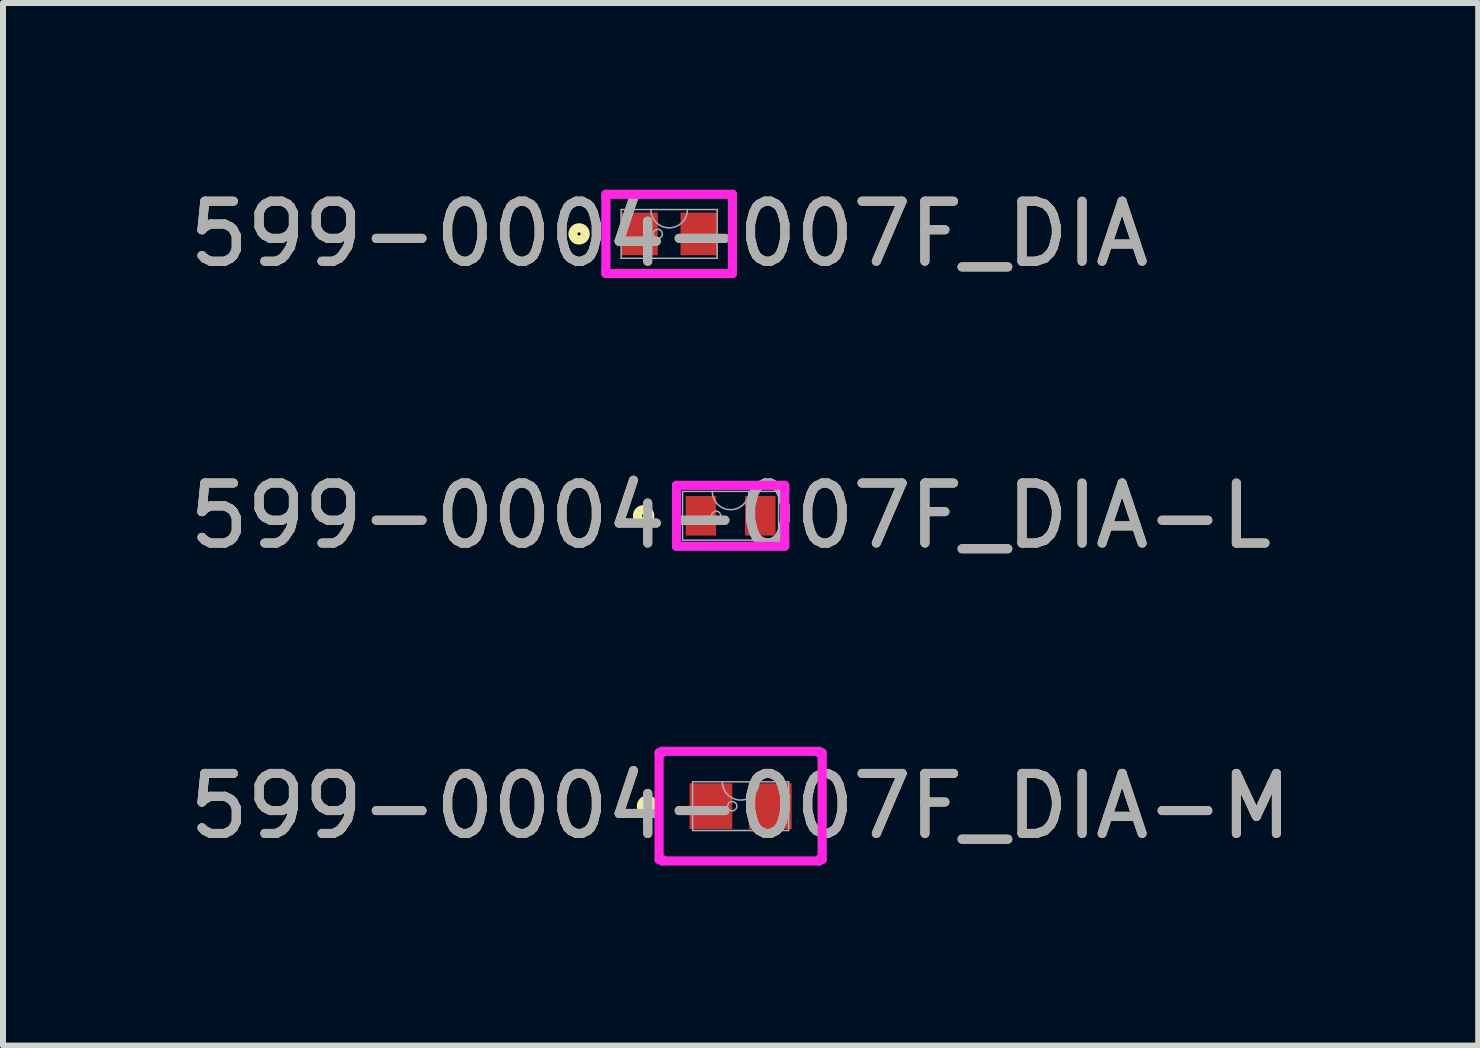
<source format=kicad_pcb>
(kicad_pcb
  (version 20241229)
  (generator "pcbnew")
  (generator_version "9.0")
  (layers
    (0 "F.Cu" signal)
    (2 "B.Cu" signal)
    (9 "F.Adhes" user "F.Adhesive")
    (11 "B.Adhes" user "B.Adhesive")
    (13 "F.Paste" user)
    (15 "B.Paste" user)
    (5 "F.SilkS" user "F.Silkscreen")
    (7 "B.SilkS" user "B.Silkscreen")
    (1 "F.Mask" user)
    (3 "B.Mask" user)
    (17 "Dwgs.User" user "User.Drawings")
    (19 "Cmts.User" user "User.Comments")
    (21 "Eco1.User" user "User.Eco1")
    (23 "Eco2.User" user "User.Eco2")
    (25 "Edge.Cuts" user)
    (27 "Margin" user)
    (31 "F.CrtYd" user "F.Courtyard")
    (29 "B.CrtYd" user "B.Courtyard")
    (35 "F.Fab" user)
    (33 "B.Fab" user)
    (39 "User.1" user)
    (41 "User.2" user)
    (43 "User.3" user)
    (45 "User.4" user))
  (footprint "599-0004-007F_DIA-L"
    (layer "F.Cu")
    (at 9.125 5.545)
    (property "Reference" "599-0004-007F_DIA-L" (at 0 0 0) (unlocked yes) (layer "F.SilkS") (effects (font (size 1 1) (thickness 0.15))))
    (attr smd)
    (fp_circle (center -1.45 0) (end -1.348 0) (stroke (width 0.152) (type solid)) (fill no) (layer "F.SilkS"))
    (fp_line (start -0.902 -0.508) (end 0.902 -0.508) (stroke (width 0.152) (type solid)) (layer "F.CrtYd"))
    (fp_line (start -0.902 -0.432) (end -0.902 -0.508) (stroke (width 0.152) (type solid)) (layer "F.CrtYd"))
    (fp_line (start -0.902 -0.432) (end -0.902 -0.432) (stroke (width 0.152) (type solid)) (layer "F.CrtYd"))
    (fp_line (start -0.902 0.432) (end -0.902 -0.432) (stroke (width 0.152) (type solid)) (layer "F.CrtYd"))
    (fp_line (start -0.902 0.432) (end -0.902 0.432) (stroke (width 0.152) (type solid)) (layer "F.CrtYd"))
    (fp_line (start -0.902 0.508) (end -0.902 0.432) (stroke (width 0.152) (type solid)) (layer "F.CrtYd"))
    (fp_line (start 0.902 -0.508) (end 0.902 -0.432) (stroke (width 0.152) (type solid)) (layer "F.CrtYd"))
    (fp_line (start 0.902 -0.432) (end 0.902 -0.432) (stroke (width 0.152) (type solid)) (layer "F.CrtYd"))
    (fp_line (start 0.902 -0.432) (end 0.902 0.432) (stroke (width 0.152) (type solid)) (layer "F.CrtYd"))
    (fp_line (start 0.902 0.432) (end 0.902 0.432) (stroke (width 0.152) (type solid)) (layer "F.CrtYd"))
    (fp_line (start 0.902 0.432) (end 0.902 0.508) (stroke (width 0.152) (type solid)) (layer "F.CrtYd"))
    (fp_line (start 0.902 0.508) (end -0.902 0.508) (stroke (width 0.152) (type solid)) (layer "F.CrtYd"))
    (fp_line (start -0.8 -0.406) (end -0.8 0.406) (stroke (width 0.025) (type solid)) (layer "F.Fab"))
    (fp_line (start -0.8 0.406) (end 0.8 0.406) (stroke (width 0.025) (type solid)) (layer "F.Fab"))
    (fp_line (start 0.8 -0.406) (end -0.8 -0.406) (stroke (width 0.025) (type solid)) (layer "F.Fab"))
    (fp_line (start 0.8 0.406) (end 0.8 -0.406) (stroke (width 0.025) (type solid)) (layer "F.Fab"))
    (fp_arc (start 0.3048 -0.4064) (mid 0 -0.1016) (end -0.3048 -0.4064) (stroke (width 0.0254) (type solid)) (layer "F.Fab"))
    (fp_circle (center -0.241 0) (end -0.165 0) (stroke (width 0.025) (type solid)) (fill no) (layer "F.Fab"))
    (fp_text user "${REFERENCE}" (at 0 0 0) (unlocked yes) (layer "F.Fab") (effects (font (size 1 1) (thickness 0.15))))
    (pad "1" smd rect (at -0.495 0) (size 0.508 0.66) (layers "F.Cu" "F.Mask" "F.Paste"))
    (pad "2" smd rect (at 0.495 0) (size 0.508 0.66) (layers "F.Cu" "F.Mask" "F.Paste")))
  (footprint "599-0004-007F_DIA-M"
    (layer "F.Cu")
    (at 9.292 10.384)
    (property "Reference" "599-0004-007F_DIA-M" (at 0 0 0) (unlocked yes) (layer "F.SilkS") (effects (font (size 1 1) (thickness 0.15))))
    (attr smd)
    (fp_circle (center -1.552 0) (end -1.45 0) (stroke (width 0.152) (type solid)) (fill no) (layer "F.SilkS"))
    (fp_line (start -1.359 -0.889) (end -1.308 -0.889) (stroke (width 0.152) (type solid)) (layer "F.CrtYd"))
    (fp_line (start -1.359 0.889) (end -1.359 -0.889) (stroke (width 0.152) (type solid)) (layer "F.CrtYd"))
    (fp_line (start -1.359 0.889) (end -1.308 0.889) (stroke (width 0.152) (type solid)) (layer "F.CrtYd"))
    (fp_line (start -1.308 -0.914) (end 1.308 -0.914) (stroke (width 0.152) (type solid)) (layer "F.CrtYd"))
    (fp_line (start -1.308 -0.889) (end -1.308 -0.914) (stroke (width 0.152) (type solid)) (layer "F.CrtYd"))
    (fp_line (start -1.308 0.914) (end -1.308 0.889) (stroke (width 0.152) (type solid)) (layer "F.CrtYd"))
    (fp_line (start 1.308 -0.914) (end 1.308 -0.889) (stroke (width 0.152) (type solid)) (layer "F.CrtYd"))
    (fp_line (start 1.308 0.889) (end 1.308 0.914) (stroke (width 0.152) (type solid)) (layer "F.CrtYd"))
    (fp_line (start 1.308 0.914) (end -1.308 0.914) (stroke (width 0.152) (type solid)) (layer "F.CrtYd"))
    (fp_line (start 1.359 -0.889) (end 1.308 -0.889) (stroke (width 0.152) (type solid)) (layer "F.CrtYd"))
    (fp_line (start 1.359 -0.889) (end 1.359 0.889) (stroke (width 0.152) (type solid)) (layer "F.CrtYd"))
    (fp_line (start 1.359 0.889) (end 1.308 0.889) (stroke (width 0.152) (type solid)) (layer "F.CrtYd"))
    (fp_line (start -0.8 -0.406) (end -0.8 0.406) (stroke (width 0.025) (type solid)) (layer "F.Fab"))
    (fp_line (start -0.8 0.406) (end 0.8 0.406) (stroke (width 0.025) (type solid)) (layer "F.Fab"))
    (fp_line (start 0.8 -0.406) (end -0.8 -0.406) (stroke (width 0.025) (type solid)) (layer "F.Fab"))
    (fp_line (start 0.8 0.406) (end 0.8 -0.406) (stroke (width 0.025) (type solid)) (layer "F.Fab"))
    (fp_arc (start 0.3048 -0.4064) (mid 0 -0.1016) (end -0.3048 -0.4064) (stroke (width 0.0254) (type solid)) (layer "F.Fab"))
    (fp_circle (center -0.14 0) (end -0.063 0) (stroke (width 0.025) (type solid)) (fill no) (layer "F.Fab"))
    (fp_text user "${REFERENCE}" (at 0 0 0) (unlocked yes) (layer "F.Fab") (effects (font (size 1 1) (thickness 0.15))))
    (pad "1" smd rect (at -0.495 0) (size 0.711 0.762) (layers "F.Cu" "F.Mask" "F.Paste"))
    (pad "2" smd rect (at 0.495 0) (size 0.711 0.762) (layers "F.Cu" "F.Mask" "F.Paste")))
  (footprint "599-0004-007F_DIA"
    (layer "F.Cu")
    (at 8.101 0.848)
    (property "Reference" "599-0004-007F_DIA" (at 0 0 0) (unlocked yes) (layer "F.SilkS") (effects (font (size 1 1) (thickness 0.15))))
    (attr smd)
    (fp_circle (center -1.501 0) (end -1.399 0) (stroke (width 0.152) (type solid)) (fill no) (layer "F.SilkS"))
    (fp_line (start -1.054 -0.66) (end 1.054 -0.66) (stroke (width 0.152) (type solid)) (layer "F.CrtYd"))
    (fp_line (start -1.054 -0.61) (end -1.054 -0.66) (stroke (width 0.152) (type solid)) (layer "F.CrtYd"))
    (fp_line (start -1.054 -0.61) (end -1.054 -0.61) (stroke (width 0.152) (type solid)) (layer "F.CrtYd"))
    (fp_line (start -1.054 0.61) (end -1.054 -0.61) (stroke (width 0.152) (type solid)) (layer "F.CrtYd"))
    (fp_line (start -1.054 0.61) (end -1.054 0.61) (stroke (width 0.152) (type solid)) (layer "F.CrtYd"))
    (fp_line (start -1.054 0.66) (end -1.054 0.61) (stroke (width 0.152) (type solid)) (layer "F.CrtYd"))
    (fp_line (start 1.054 -0.66) (end 1.054 -0.61) (stroke (width 0.152) (type solid)) (layer "F.CrtYd"))
    (fp_line (start 1.054 -0.61) (end 1.054 -0.61) (stroke (width 0.152) (type solid)) (layer "F.CrtYd"))
    (fp_line (start 1.054 -0.61) (end 1.054 0.61) (stroke (width 0.152) (type solid)) (layer "F.CrtYd"))
    (fp_line (start 1.054 0.61) (end 1.054 0.61) (stroke (width 0.152) (type solid)) (layer "F.CrtYd"))
    (fp_line (start 1.054 0.61) (end 1.054 0.66) (stroke (width 0.152) (type solid)) (layer "F.CrtYd"))
    (fp_line (start 1.054 0.66) (end -1.054 0.66) (stroke (width 0.152) (type solid)) (layer "F.CrtYd"))
    (fp_line (start -0.8 -0.406) (end -0.8 0.406) (stroke (width 0.025) (type solid)) (layer "F.Fab"))
    (fp_line (start -0.8 0.406) (end 0.8 0.406) (stroke (width 0.025) (type solid)) (layer "F.Fab"))
    (fp_line (start 0.8 -0.406) (end -0.8 -0.406) (stroke (width 0.025) (type solid)) (layer "F.Fab"))
    (fp_line (start 0.8 0.406) (end 0.8 -0.406) (stroke (width 0.025) (type solid)) (layer "F.Fab"))
    (fp_arc (start 0.3048 -0.4064) (mid 0 -0.1016) (end -0.3048 -0.4064) (stroke (width 0.0254) (type solid)) (layer "F.Fab"))
    (fp_circle (center -0.19 0) (end -0.114 0) (stroke (width 0.025) (type solid)) (fill no) (layer "F.Fab"))
    (fp_text user "${REFERENCE}" (at 0 0 0) (unlocked yes) (layer "F.Fab") (effects (font (size 1 1) (thickness 0.15))))
    (pad "1" smd rect (at -0.495 0) (size 0.61 0.711) (layers "F.Cu" "F.Mask" "F.Paste"))
    (pad "2" smd rect (at 0.495 0) (size 0.61 0.711) (layers "F.Cu" "F.Mask" "F.Paste")))
  (gr_rect
    (start -3 -3)
    (end 21.583 14.374)
    (stroke (width 0.1) (type default))
    (fill no)
    (layer "Edge.Cuts")))
</source>
